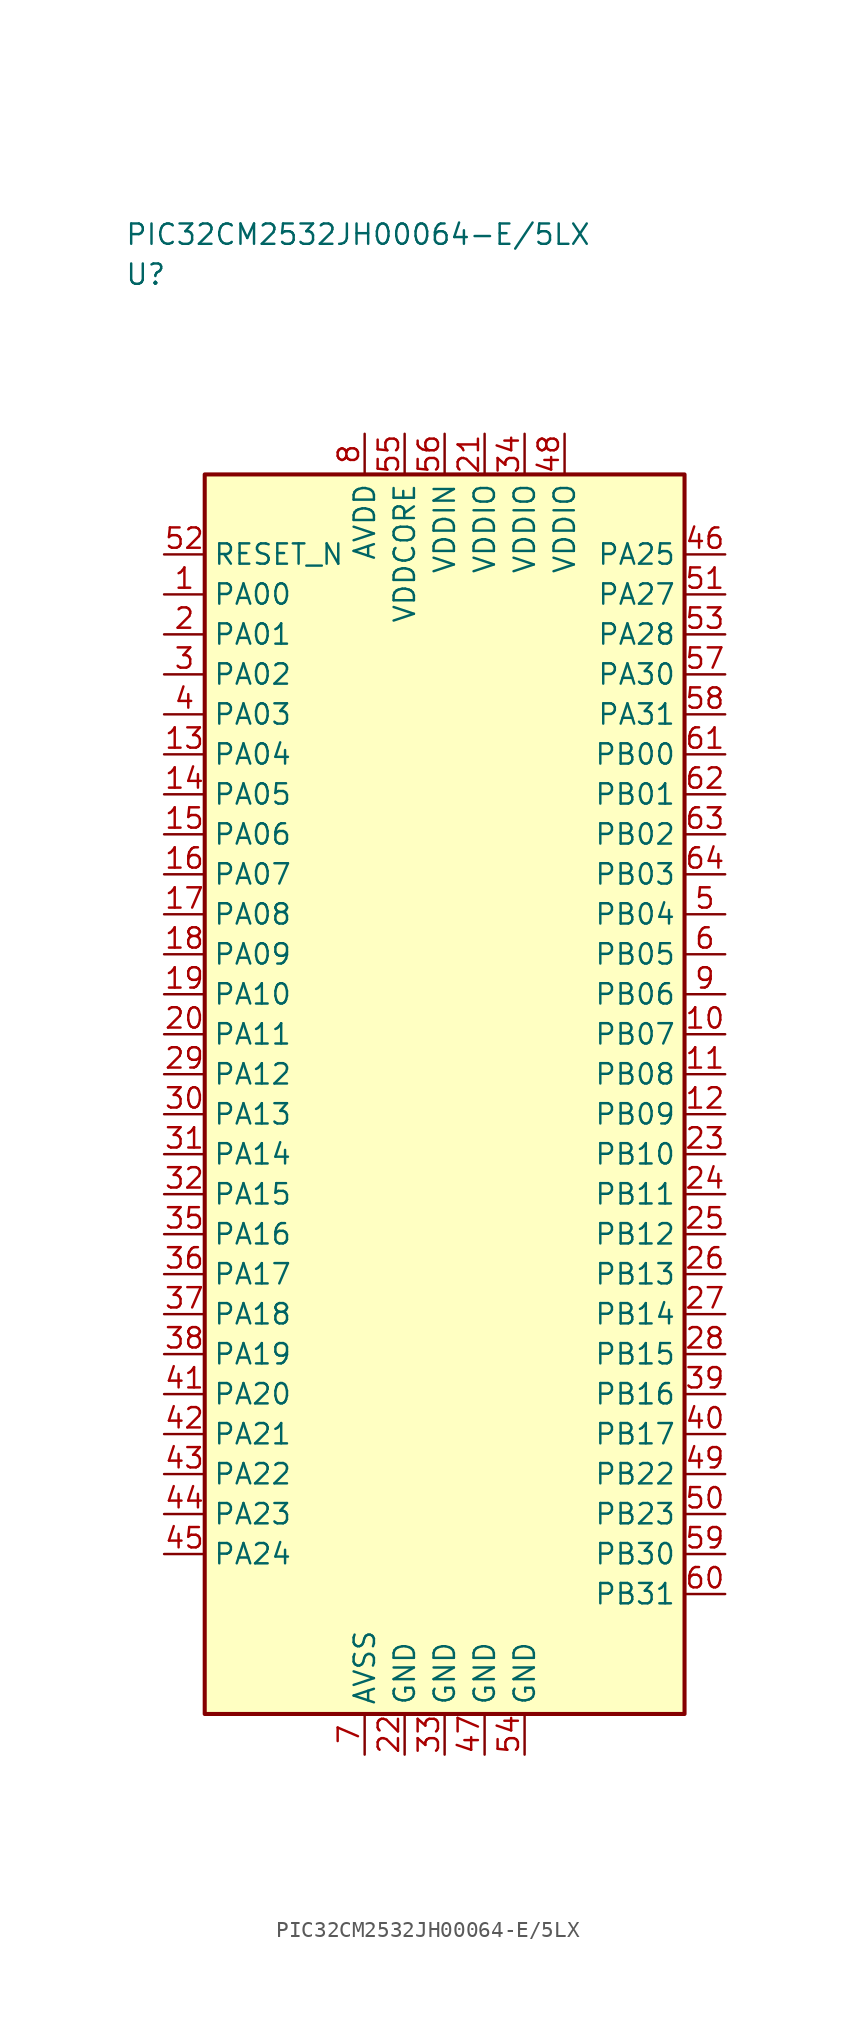
<source format=kicad_sym>
(kicad_symbol_lib
  (version 20241025)
  (generator "kicad_symbol_editor")
  (generator_version "8.0")
  (symbol "PIC32CM2532JH00064-E/5LX"
    (property "Reference" "U"
      (at -20.0 51.25 0)
      (effects (font (size 1.27 1.27)) (justify left)))
    (property "Value" "PIC32CM2532JH00064-E/5LX"
      (at -20.0 53.75 0)
      (effects (font (size 1.27 1.27)) (justify left)))
    (symbol "PIC32CM2532JH00064-E/5LX_0_1"
      (rectangle (start -15.0 38.75) (end 15.0 -38.75) (stroke (width 0.254) (type default)) (fill (type background))))
    (symbol "PIC32CM2532JH00064-E/5LX_1_1"
      (pin bidirectional line (at -17.54 31.25 0.0) (length 2.54) (name "PA00" (effects (font (size 1.27 1.27)))) (number "1" (effects (font (size 1.27 1.27)))))
      (pin bidirectional line (at -17.54 28.75 0.0) (length 2.54) (name "PA01" (effects (font (size 1.27 1.27)))) (number "2" (effects (font (size 1.27 1.27)))))
      (pin bidirectional line (at -17.54 26.25 0.0) (length 2.54) (name "PA02" (effects (font (size 1.27 1.27)))) (number "3" (effects (font (size 1.27 1.27)))))
      (pin bidirectional line (at -17.54 23.75 0.0) (length 2.54) (name "PA03" (effects (font (size 1.27 1.27)))) (number "4" (effects (font (size 1.27 1.27)))))
      (pin bidirectional line (at 17.54 11.25 180.0) (length 2.54) (name "PB04" (effects (font (size 1.27 1.27)))) (number "5" (effects (font (size 1.27 1.27)))))
      (pin bidirectional line (at 17.54 8.75 180.0) (length 2.54) (name "PB05" (effects (font (size 1.27 1.27)))) (number "6" (effects (font (size 1.27 1.27)))))
      (pin passive line (at -5.0 -41.29 90.0) (length 2.54) (name "AVSS" (effects (font (size 1.27 1.27)))) (number "7" (effects (font (size 1.27 1.27)))))
      (pin power_in line (at -5.0 41.29 270.0) (length 2.54) (name "AVDD" (effects (font (size 1.27 1.27)))) (number "8" (effects (font (size 1.27 1.27)))))
      (pin bidirectional line (at 17.54 6.25 180.0) (length 2.54) (name "PB06" (effects (font (size 1.27 1.27)))) (number "9" (effects (font (size 1.27 1.27)))))
      (pin bidirectional line (at 17.54 3.75 180.0) (length 2.54) (name "PB07" (effects (font (size 1.27 1.27)))) (number "10" (effects (font (size 1.27 1.27)))))
      (pin bidirectional line (at 17.54 1.25 180.0) (length 2.54) (name "PB08" (effects (font (size 1.27 1.27)))) (number "11" (effects (font (size 1.27 1.27)))))
      (pin bidirectional line (at 17.54 -1.25 180.0) (length 2.54) (name "PB09" (effects (font (size 1.27 1.27)))) (number "12" (effects (font (size 1.27 1.27)))))
      (pin bidirectional line (at -17.54 21.25 0.0) (length 2.54) (name "PA04" (effects (font (size 1.27 1.27)))) (number "13" (effects (font (size 1.27 1.27)))))
      (pin bidirectional line (at -17.54 18.75 0.0) (length 2.54) (name "PA05" (effects (font (size 1.27 1.27)))) (number "14" (effects (font (size 1.27 1.27)))))
      (pin bidirectional line (at -17.54 16.25 0.0) (length 2.54) (name "PA06" (effects (font (size 1.27 1.27)))) (number "15" (effects (font (size 1.27 1.27)))))
      (pin bidirectional line (at -17.54 13.75 0.0) (length 2.54) (name "PA07" (effects (font (size 1.27 1.27)))) (number "16" (effects (font (size 1.27 1.27)))))
      (pin bidirectional line (at -17.54 11.25 0.0) (length 2.54) (name "PA08" (effects (font (size 1.27 1.27)))) (number "17" (effects (font (size 1.27 1.27)))))
      (pin bidirectional line (at -17.54 8.75 0.0) (length 2.54) (name "PA09" (effects (font (size 1.27 1.27)))) (number "18" (effects (font (size 1.27 1.27)))))
      (pin bidirectional line (at -17.54 6.25 0.0) (length 2.54) (name "PA10" (effects (font (size 1.27 1.27)))) (number "19" (effects (font (size 1.27 1.27)))))
      (pin bidirectional line (at -17.54 3.75 0.0) (length 2.54) (name "PA11" (effects (font (size 1.27 1.27)))) (number "20" (effects (font (size 1.27 1.27)))))
      (pin power_in line (at 2.5 41.29 270.0) (length 2.54) (name "VDDIO" (effects (font (size 1.27 1.27)))) (number "21" (effects (font (size 1.27 1.27)))))
      (pin passive line (at -2.5 -41.29 90.0) (length 2.54) (name "GND" (effects (font (size 1.27 1.27)))) (number "22" (effects (font (size 1.27 1.27)))))
      (pin bidirectional line (at 17.54 -3.75 180.0) (length 2.54) (name "PB10" (effects (font (size 1.27 1.27)))) (number "23" (effects (font (size 1.27 1.27)))))
      (pin bidirectional line (at 17.54 -6.25 180.0) (length 2.54) (name "PB11" (effects (font (size 1.27 1.27)))) (number "24" (effects (font (size 1.27 1.27)))))
      (pin bidirectional line (at 17.54 -8.75 180.0) (length 2.54) (name "PB12" (effects (font (size 1.27 1.27)))) (number "25" (effects (font (size 1.27 1.27)))))
      (pin bidirectional line (at 17.54 -11.25 180.0) (length 2.54) (name "PB13" (effects (font (size 1.27 1.27)))) (number "26" (effects (font (size 1.27 1.27)))))
      (pin bidirectional line (at 17.54 -13.75 180.0) (length 2.54) (name "PB14" (effects (font (size 1.27 1.27)))) (number "27" (effects (font (size 1.27 1.27)))))
      (pin bidirectional line (at 17.54 -16.25 180.0) (length 2.54) (name "PB15" (effects (font (size 1.27 1.27)))) (number "28" (effects (font (size 1.27 1.27)))))
      (pin bidirectional line (at -17.54 1.25 0.0) (length 2.54) (name "PA12" (effects (font (size 1.27 1.27)))) (number "29" (effects (font (size 1.27 1.27)))))
      (pin bidirectional line (at -17.54 -1.25 0.0) (length 2.54) (name "PA13" (effects (font (size 1.27 1.27)))) (number "30" (effects (font (size 1.27 1.27)))))
      (pin bidirectional line (at -17.54 -3.75 0.0) (length 2.54) (name "PA14" (effects (font (size 1.27 1.27)))) (number "31" (effects (font (size 1.27 1.27)))))
      (pin bidirectional line (at -17.54 -6.25 0.0) (length 2.54) (name "PA15" (effects (font (size 1.27 1.27)))) (number "32" (effects (font (size 1.27 1.27)))))
      (pin passive line (at 0.0 -41.29 90.0) (length 2.54) (name "GND" (effects (font (size 1.27 1.27)))) (number "33" (effects (font (size 1.27 1.27)))))
      (pin power_in line (at 5.0 41.29 270.0) (length 2.54) (name "VDDIO" (effects (font (size 1.27 1.27)))) (number "34" (effects (font (size 1.27 1.27)))))
      (pin bidirectional line (at -17.54 -8.75 0.0) (length 2.54) (name "PA16" (effects (font (size 1.27 1.27)))) (number "35" (effects (font (size 1.27 1.27)))))
      (pin bidirectional line (at -17.54 -11.25 0.0) (length 2.54) (name "PA17" (effects (font (size 1.27 1.27)))) (number "36" (effects (font (size 1.27 1.27)))))
      (pin bidirectional line (at -17.54 -13.75 0.0) (length 2.54) (name "PA18" (effects (font (size 1.27 1.27)))) (number "37" (effects (font (size 1.27 1.27)))))
      (pin bidirectional line (at -17.54 -16.25 0.0) (length 2.54) (name "PA19" (effects (font (size 1.27 1.27)))) (number "38" (effects (font (size 1.27 1.27)))))
      (pin bidirectional line (at 17.54 -18.75 180.0) (length 2.54) (name "PB16" (effects (font (size 1.27 1.27)))) (number "39" (effects (font (size 1.27 1.27)))))
      (pin bidirectional line (at 17.54 -21.25 180.0) (length 2.54) (name "PB17" (effects (font (size 1.27 1.27)))) (number "40" (effects (font (size 1.27 1.27)))))
      (pin bidirectional line (at -17.54 -18.75 0.0) (length 2.54) (name "PA20" (effects (font (size 1.27 1.27)))) (number "41" (effects (font (size 1.27 1.27)))))
      (pin bidirectional line (at -17.54 -21.25 0.0) (length 2.54) (name "PA21" (effects (font (size 1.27 1.27)))) (number "42" (effects (font (size 1.27 1.27)))))
      (pin bidirectional line (at -17.54 -23.75 0.0) (length 2.54) (name "PA22" (effects (font (size 1.27 1.27)))) (number "43" (effects (font (size 1.27 1.27)))))
      (pin bidirectional line (at -17.54 -26.25 0.0) (length 2.54) (name "PA23" (effects (font (size 1.27 1.27)))) (number "44" (effects (font (size 1.27 1.27)))))
      (pin bidirectional line (at -17.54 -28.75 0.0) (length 2.54) (name "PA24" (effects (font (size 1.27 1.27)))) (number "45" (effects (font (size 1.27 1.27)))))
      (pin bidirectional line (at 17.54 33.75 180.0) (length 2.54) (name "PA25" (effects (font (size 1.27 1.27)))) (number "46" (effects (font (size 1.27 1.27)))))
      (pin passive line (at 2.5 -41.29 90.0) (length 2.54) (name "GND" (effects (font (size 1.27 1.27)))) (number "47" (effects (font (size 1.27 1.27)))))
      (pin power_in line (at 7.5 41.29 270.0) (length 2.54) (name "VDDIO" (effects (font (size 1.27 1.27)))) (number "48" (effects (font (size 1.27 1.27)))))
      (pin bidirectional line (at 17.54 -23.75 180.0) (length 2.54) (name "PB22" (effects (font (size 1.27 1.27)))) (number "49" (effects (font (size 1.27 1.27)))))
      (pin bidirectional line (at 17.54 -26.25 180.0) (length 2.54) (name "PB23" (effects (font (size 1.27 1.27)))) (number "50" (effects (font (size 1.27 1.27)))))
      (pin bidirectional line (at 17.54 31.25 180.0) (length 2.54) (name "PA27" (effects (font (size 1.27 1.27)))) (number "51" (effects (font (size 1.27 1.27)))))
      (pin input line (at -17.54 33.75 0.0) (length 2.54) (name "RESET_N" (effects (font (size 1.27 1.27)))) (number "52" (effects (font (size 1.27 1.27)))))
      (pin bidirectional line (at 17.54 28.75 180.0) (length 2.54) (name "PA28" (effects (font (size 1.27 1.27)))) (number "53" (effects (font (size 1.27 1.27)))))
      (pin passive line (at 5.0 -41.29 90.0) (length 2.54) (name "GND" (effects (font (size 1.27 1.27)))) (number "54" (effects (font (size 1.27 1.27)))))
      (pin power_in line (at -2.5 41.29 270.0) (length 2.54) (name "VDDCORE" (effects (font (size 1.27 1.27)))) (number "55" (effects (font (size 1.27 1.27)))))
      (pin power_in line (at 0.0 41.29 270.0) (length 2.54) (name "VDDIN" (effects (font (size 1.27 1.27)))) (number "56" (effects (font (size 1.27 1.27)))))
      (pin bidirectional line (at 17.54 26.25 180.0) (length 2.54) (name "PA30" (effects (font (size 1.27 1.27)))) (number "57" (effects (font (size 1.27 1.27)))))
      (pin bidirectional line (at 17.54 23.75 180.0) (length 2.54) (name "PA31" (effects (font (size 1.27 1.27)))) (number "58" (effects (font (size 1.27 1.27)))))
      (pin bidirectional line (at 17.54 -28.75 180.0) (length 2.54) (name "PB30" (effects (font (size 1.27 1.27)))) (number "59" (effects (font (size 1.27 1.27)))))
      (pin bidirectional line (at 17.54 -31.25 180.0) (length 2.54) (name "PB31" (effects (font (size 1.27 1.27)))) (number "60" (effects (font (size 1.27 1.27)))))
      (pin bidirectional line (at 17.54 21.25 180.0) (length 2.54) (name "PB00" (effects (font (size 1.27 1.27)))) (number "61" (effects (font (size 1.27 1.27)))))
      (pin bidirectional line (at 17.54 18.75 180.0) (length 2.54) (name "PB01" (effects (font (size 1.27 1.27)))) (number "62" (effects (font (size 1.27 1.27)))))
      (pin bidirectional line (at 17.54 16.25 180.0) (length 2.54) (name "PB02" (effects (font (size 1.27 1.27)))) (number "63" (effects (font (size 1.27 1.27)))))
      (pin bidirectional line (at 17.54 13.75 180.0) (length 2.54) (name "PB03" (effects (font (size 1.27 1.27)))) (number "64" (effects (font (size 1.27 1.27))))))))
</source>
